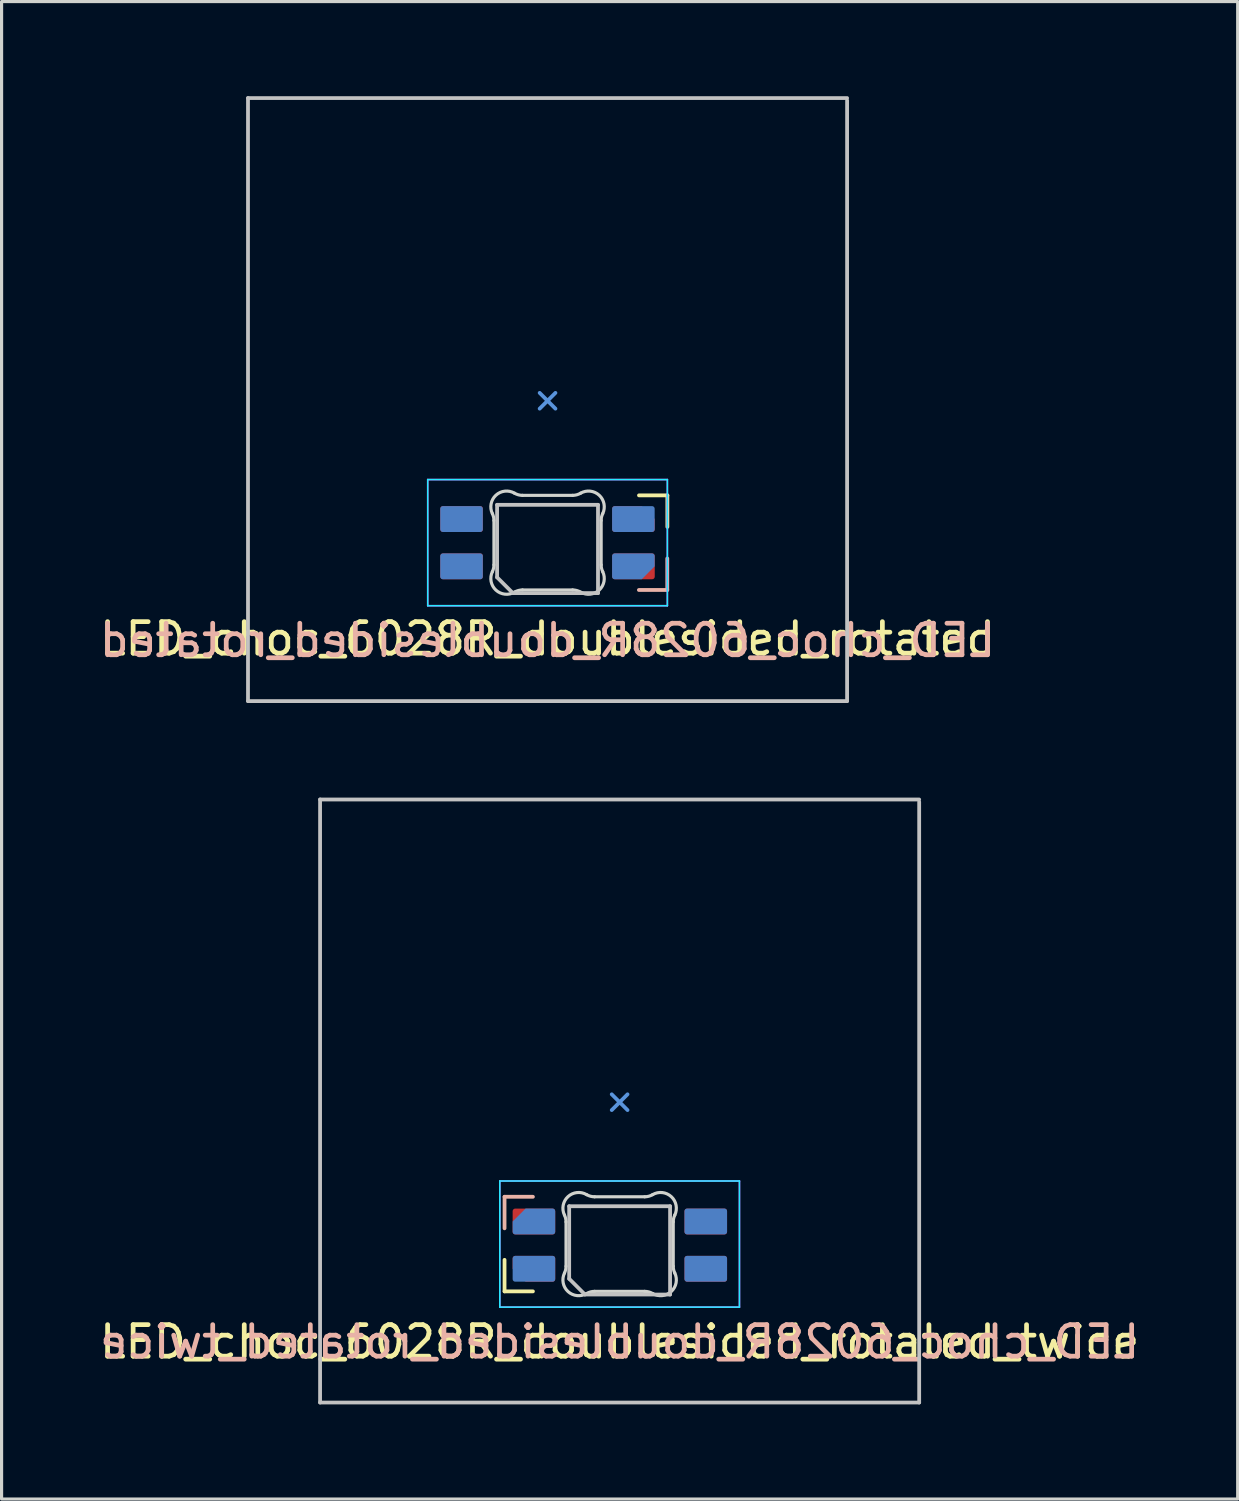
<source format=kicad_pcb>
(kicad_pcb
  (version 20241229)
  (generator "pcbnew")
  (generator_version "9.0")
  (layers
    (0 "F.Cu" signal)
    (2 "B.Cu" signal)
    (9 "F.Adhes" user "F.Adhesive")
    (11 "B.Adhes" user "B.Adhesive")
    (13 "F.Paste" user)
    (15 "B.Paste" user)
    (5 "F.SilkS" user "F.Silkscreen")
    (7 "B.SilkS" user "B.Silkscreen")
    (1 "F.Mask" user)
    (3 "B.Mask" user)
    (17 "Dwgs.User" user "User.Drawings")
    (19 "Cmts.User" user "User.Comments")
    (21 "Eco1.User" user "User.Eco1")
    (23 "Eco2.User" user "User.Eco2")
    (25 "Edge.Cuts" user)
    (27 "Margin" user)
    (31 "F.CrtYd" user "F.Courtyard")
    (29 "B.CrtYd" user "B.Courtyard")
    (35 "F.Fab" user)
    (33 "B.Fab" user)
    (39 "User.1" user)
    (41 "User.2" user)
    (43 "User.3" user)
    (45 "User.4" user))
  (footprint "LED_choc_6028R_doublesided_rotated_twice"
    (layer "F.Cu")
    (at 16.601 31.905)
    (property "Reference" "LED_choc_6028R_doublesided_rotated_twice" (at 0 7.6 0) (layer "F.SilkS") (effects (font (size 1 1) (thickness 0.15))))
    (attr smd)
    (fp_line (start -3.65 5) (end -3.65 6) (stroke (width 0.12) (type solid)) (layer "F.SilkS"))
    (fp_line (start -3.65 6) (end -2.75 6) (stroke (width 0.12) (type solid)) (layer "F.SilkS"))
    (fp_line (start -3.65 3) (end -2.75 3) (stroke (width 0.12) (type solid)) (layer "B.SilkS"))
    (fp_line (start -3.65 4) (end -3.65 3) (stroke (width 0.12) (type solid)) (layer "B.SilkS"))
    (fp_line (start -9.5 -9.6) (end -9.5 9.525) (stroke (width 0.12) (type solid)) (layer "Dwgs.User"))
    (fp_line (start -9.5 9.525) (end 9.5 9.525) (stroke (width 0.12) (type solid)) (layer "Dwgs.User"))
    (fp_line (start -1.6 3.3) (end 1.6 3.3) (stroke (width 0.12) (type solid)) (layer "Dwgs.User"))
    (fp_line (start -1.6 5.6) (end -1.6 3.3) (stroke (width 0.12) (type solid)) (layer "Dwgs.User"))
    (fp_line (start -1.6 5.6) (end -1.1 6.1) (stroke (width 0.12) (type solid)) (layer "Dwgs.User"))
    (fp_line (start 1.6 3.3) (end 1.6 6.1) (stroke (width 0.12) (type solid)) (layer "Dwgs.User"))
    (fp_line (start 1.6 6.1) (end -1.1 6.1) (stroke (width 0.12) (type solid)) (layer "Dwgs.User"))
    (fp_line (start 9.5 -9.6) (end -9.5 -9.6) (stroke (width 0.12) (type solid)) (layer "Dwgs.User"))
    (fp_line (start 9.5 9.525) (end 9.5 -9.525) (stroke (width 0.12) (type solid)) (layer "Dwgs.User"))
    (fp_line (start -0.25 0.25) (end 0 0) (stroke (width 0.12) (type solid)) (layer "Cmts.User"))
    (fp_line (start 0 0) (end -0.25 -0.25) (stroke (width 0.12) (type solid)) (layer "Cmts.User"))
    (fp_line (start 0 0) (end 0.25 -0.25) (stroke (width 0.12) (type solid)) (layer "Cmts.User"))
    (fp_line (start 0.25 0.25) (end 0 0) (stroke (width 0.12) (type solid)) (layer "Cmts.User"))
    (fp_line (start -1.7 3.797) (end -1.7 5.203) (stroke (width 0.1) (type solid)) (layer "Edge.Cuts"))
    (fp_line (start -0.794 6) (end 0.794 6) (stroke (width 0.1) (type solid)) (layer "Edge.Cuts"))
    (fp_line (start 0.794 3) (end -0.794 3) (stroke (width 0.1) (type solid)) (layer "Edge.Cuts"))
    (fp_line (start 1.7 5.203) (end 1.7 3.797) (stroke (width 0.1) (type solid)) (layer "Edge.Cuts"))
    (fp_arc (start -1.749484 3.580281) (mid -1.712519 3.685932) (end -1.699999 3.797158) (stroke (width 0.1) (type solid)) (layer "Edge.Cuts"))
    (fp_arc (start -1.749484 3.580281) (mid -1.63807 2.995967) (end -1.046711 2.931704) (stroke (width 0.1) (type solid)) (layer "Edge.Cuts"))
    (fp_arc (start -1.699999 5.202843) (mid -1.712528 5.314069) (end -1.749484 5.419721) (stroke (width 0.1) (type solid)) (layer "Edge.Cuts"))
    (fp_arc (start -1.046711 6.0683) (mid -1.638072 6.004036) (end -1.749484 5.419721) (stroke (width 0.1) (type solid)) (layer "Edge.Cuts"))
    (fp_arc (start -1.046711 6.0683) (mid -0.925123 6.017378) (end -0.794453 6.000001) (stroke (width 0.1) (type solid)) (layer "Edge.Cuts"))
    (fp_arc (start -0.794452 3.000001) (mid -0.925122 2.982624) (end -1.04671 2.931702) (stroke (width 0.1) (type solid)) (layer "Edge.Cuts"))
    (fp_arc (start 0.794453 6) (mid 0.925123 6.017377) (end 1.046711 6.068299) (stroke (width 0.1) (type solid)) (layer "Edge.Cuts"))
    (fp_arc (start 1.046711 2.931702) (mid 0.925123 2.982624) (end 0.794452 3.000001) (stroke (width 0.1) (type solid)) (layer "Edge.Cuts"))
    (fp_arc (start 1.046711 2.931702) (mid 1.638072 2.995966) (end 1.749484 3.580282) (stroke (width 0.1) (type solid)) (layer "Edge.Cuts"))
    (fp_arc (start 1.699999 3.797159) (mid 1.712529 3.685933) (end 1.749484 3.580281) (stroke (width 0.1) (type solid)) (layer "Edge.Cuts"))
    (fp_arc (start 1.749484 5.419721) (mid 1.638071 6.004035) (end 1.046711 6.068299) (stroke (width 0.1) (type solid)) (layer "Edge.Cuts"))
    (fp_arc (start 1.749484 5.419721) (mid 1.71251 5.314073) (end 1.699999 5.202844) (stroke (width 0.1) (type solid)) (layer "Edge.Cuts"))
    (fp_line (start -3.8 2.5) (end -3.8 6.5) (stroke (width 0.05) (type solid)) (layer "B.CrtYd"))
    (fp_line (start -3.8 6.5) (end 3.8 6.5) (stroke (width 0.05) (type solid)) (layer "B.CrtYd"))
    (fp_line (start 3.8 2.5) (end -3.8 2.5) (stroke (width 0.05) (type solid)) (layer "B.CrtYd"))
    (fp_line (start 3.8 6.5) (end 3.8 2.5) (stroke (width 0.05) (type solid)) (layer "B.CrtYd"))
    (fp_line (start -3.8 2.5) (end 3.8 2.5) (stroke (width 0.05) (type solid)) (layer "F.CrtYd"))
    (fp_line (start -3.8 6.5) (end -3.8 2.5) (stroke (width 0.05) (type solid)) (layer "F.CrtYd"))
    (fp_line (start 3.8 2.5) (end 3.8 6.5) (stroke (width 0.05) (type solid)) (layer "F.CrtYd"))
    (fp_line (start 3.8 6.5) (end -3.8 6.5) (stroke (width 0.05) (type solid)) (layer "F.CrtYd"))
    (fp_text user "${REFERENCE}" (at 0 7.6 0) (layer "B.SilkS") (effects (font (size 1 1) (thickness 0.15)) (justify mirror)))
    (pad "1" smd roundrect (at 2.732 5.283 90) (size 0.82 1.35) (layers "B.Cu" "B.Mask" "B.Paste") (roundrect_rratio 0.1))
    (pad "1" smd roundrect (at 2.732 3.784 90) (size 0.82 1.35) (layers "F.Cu" "F.Mask" "F.Paste") (roundrect_rratio 0.1))
    (pad "2" smd roundrect (at 2.732 3.783 90) (size 0.82 1.35) (layers "B.Cu" "B.Mask" "B.Paste") (roundrect_rratio 0.1))
    (pad "2" smd roundrect (at 2.732 5.284 90) (size 0.82 1.35) (layers "F.Cu" "F.Mask" "F.Paste") (roundrect_rratio 0.1))
    (pad "3" smd roundrect (at -2.718 5.283 90) (size 0.82 1.35) (layers "B.Cu" "B.Mask" "B.Paste") (roundrect_rratio 0.1))
    (pad "3" smd roundrect (at -2.718 3.784 90) (size 0.82 1.35) (layers "F.Cu" "F.Mask" "F.Paste") (roundrect_rratio 0.1))
    (pad "4" smd roundrect (at -2.718 3.783 90) (size 0.82 1.35) (layers "B.Cu" "B.Mask" "B.Paste") (roundrect_rratio 0.1) (chamfer_ratio 0.5) (chamfer top_right))
    (pad "4" smd roundrect (at -2.718 5.284 90) (size 0.82 1.35) (layers "F.Cu" "F.Mask" "F.Paste") (roundrect_rratio 0.1) (chamfer_ratio 0.5) (chamfer top_left)))
  (footprint "LED_choc_6028R_doublesided_rotated"
    (layer "F.Cu")
    (at 14.315 9.66)
    (property "Reference" "LED_choc_6028R_doublesided_rotated" (at 0 7.55 0) (layer "F.SilkS") (effects (font (size 1 1) (thickness 0.15))))
    (attr smd)
    (fp_line (start 3.8 3) (end 2.9 3) (stroke (width 0.12) (type solid)) (layer "F.SilkS"))
    (fp_line (start 3.8 4) (end 3.8 3) (stroke (width 0.12) (type solid)) (layer "F.SilkS"))
    (fp_line (start 3.797 5.001) (end 3.797 6.001) (stroke (width 0.12) (type solid)) (layer "B.SilkS"))
    (fp_line (start 3.797 6.001) (end 2.897 6.001) (stroke (width 0.12) (type solid)) (layer "B.SilkS"))
    (fp_line (start -9.5 -9.6) (end -9.5 9.525) (stroke (width 0.12) (type solid)) (layer "Dwgs.User"))
    (fp_line (start -9.5 9.525) (end 9.5 9.525) (stroke (width 0.12) (type solid)) (layer "Dwgs.User"))
    (fp_line (start -1.6 3.3) (end 1.6 3.3) (stroke (width 0.12) (type solid)) (layer "Dwgs.User"))
    (fp_line (start -1.6 5.6) (end -1.6 3.3) (stroke (width 0.12) (type solid)) (layer "Dwgs.User"))
    (fp_line (start -1.6 5.6) (end -1.1 6.1) (stroke (width 0.12) (type solid)) (layer "Dwgs.User"))
    (fp_line (start 1.6 3.3) (end 1.6 6.1) (stroke (width 0.12) (type solid)) (layer "Dwgs.User"))
    (fp_line (start 1.6 6.1) (end -1.1 6.1) (stroke (width 0.12) (type solid)) (layer "Dwgs.User"))
    (fp_line (start 9.5 -9.6) (end -9.5 -9.6) (stroke (width 0.12) (type solid)) (layer "Dwgs.User"))
    (fp_line (start 9.5 9.525) (end 9.5 -9.525) (stroke (width 0.12) (type solid)) (layer "Dwgs.User"))
    (fp_line (start -0.25 0.25) (end 0 0) (stroke (width 0.12) (type solid)) (layer "Cmts.User"))
    (fp_line (start 0 0) (end -0.25 -0.25) (stroke (width 0.12) (type solid)) (layer "Cmts.User"))
    (fp_line (start 0 0) (end 0.25 -0.25) (stroke (width 0.12) (type solid)) (layer "Cmts.User"))
    (fp_line (start 0.25 0.25) (end 0 0) (stroke (width 0.12) (type solid)) (layer "Cmts.User"))
    (fp_line (start -1.7 3.797) (end -1.7 5.203) (stroke (width 0.1) (type solid)) (layer "Edge.Cuts"))
    (fp_line (start -0.794 6) (end 0.794 6) (stroke (width 0.1) (type solid)) (layer "Edge.Cuts"))
    (fp_line (start 0.794 3) (end -0.794 3) (stroke (width 0.1) (type solid)) (layer "Edge.Cuts"))
    (fp_line (start 1.7 5.203) (end 1.7 3.797) (stroke (width 0.1) (type solid)) (layer "Edge.Cuts"))
    (fp_arc (start -1.749484 3.580281) (mid -1.712519 3.685932) (end -1.699999 3.797158) (stroke (width 0.1) (type solid)) (layer "Edge.Cuts"))
    (fp_arc (start -1.749484 3.580281) (mid -1.63807 2.995967) (end -1.046711 2.931704) (stroke (width 0.1) (type solid)) (layer "Edge.Cuts"))
    (fp_arc (start -1.699999 5.202843) (mid -1.712528 5.314069) (end -1.749484 5.419721) (stroke (width 0.1) (type solid)) (layer "Edge.Cuts"))
    (fp_arc (start -1.046711 6.0683) (mid -1.638072 6.004036) (end -1.749484 5.419721) (stroke (width 0.1) (type solid)) (layer "Edge.Cuts"))
    (fp_arc (start -1.046711 6.0683) (mid -0.925123 6.017378) (end -0.794453 6.000001) (stroke (width 0.1) (type solid)) (layer "Edge.Cuts"))
    (fp_arc (start -0.794452 3.000001) (mid -0.925122 2.982624) (end -1.04671 2.931702) (stroke (width 0.1) (type solid)) (layer "Edge.Cuts"))
    (fp_arc (start 0.794453 6) (mid 0.925123 6.017377) (end 1.046711 6.068299) (stroke (width 0.1) (type solid)) (layer "Edge.Cuts"))
    (fp_arc (start 1.046711 2.931702) (mid 0.925123 2.982624) (end 0.794452 3.000001) (stroke (width 0.1) (type solid)) (layer "Edge.Cuts"))
    (fp_arc (start 1.046711 2.931702) (mid 1.638072 2.995966) (end 1.749484 3.580282) (stroke (width 0.1) (type solid)) (layer "Edge.Cuts"))
    (fp_arc (start 1.699999 3.797159) (mid 1.712529 3.685933) (end 1.749484 3.580281) (stroke (width 0.1) (type solid)) (layer "Edge.Cuts"))
    (fp_arc (start 1.749484 5.419721) (mid 1.638071 6.004035) (end 1.046711 6.068299) (stroke (width 0.1) (type solid)) (layer "Edge.Cuts"))
    (fp_arc (start 1.749484 5.419721) (mid 1.71251 5.314073) (end 1.699999 5.202844) (stroke (width 0.1) (type solid)) (layer "Edge.Cuts"))
    (fp_line (start -3.8 2.5) (end -3.8 6.5) (stroke (width 0.05) (type solid)) (layer "B.CrtYd"))
    (fp_line (start -3.8 6.5) (end 3.8 6.5) (stroke (width 0.05) (type solid)) (layer "B.CrtYd"))
    (fp_line (start 3.8 2.5) (end -3.8 2.5) (stroke (width 0.05) (type solid)) (layer "B.CrtYd"))
    (fp_line (start 3.8 6.5) (end 3.8 2.5) (stroke (width 0.05) (type solid)) (layer "B.CrtYd"))
    (fp_line (start -3.8 2.5) (end 3.8 2.5) (stroke (width 0.05) (type solid)) (layer "F.CrtYd"))
    (fp_line (start -3.8 6.5) (end -3.8 2.5) (stroke (width 0.05) (type solid)) (layer "F.CrtYd"))
    (fp_line (start 3.8 2.5) (end 3.8 6.5) (stroke (width 0.05) (type solid)) (layer "F.CrtYd"))
    (fp_line (start 3.8 6.5) (end -3.8 6.5) (stroke (width 0.05) (type solid)) (layer "F.CrtYd"))
    (fp_text user "${REFERENCE}" (at 0 7.6 0) (layer "B.SilkS") (effects (font (size 1 1) (thickness 0.15)) (justify mirror)))
    (pad "1" smd roundrect (at -2.728 3.751 270) (size 0.82 1.35) (layers "B.Cu" "B.Mask" "B.Paste") (roundrect_rratio 0.1))
    (pad "1" smd roundrect (at -2.725 5.25 270) (size 0.82 1.35) (layers "F.Cu" "F.Mask" "F.Paste") (roundrect_rratio 0.1))
    (pad "2" smd roundrect (at -2.728 5.251 270) (size 0.82 1.35) (layers "B.Cu" "B.Mask" "B.Paste") (roundrect_rratio 0.1))
    (pad "2" smd roundrect (at -2.725 3.75 270) (size 0.82 1.35) (layers "F.Cu" "F.Mask" "F.Paste") (roundrect_rratio 0.1))
    (pad "3" smd roundrect (at 2.722 3.751 270) (size 0.82 1.35) (layers "B.Cu" "B.Mask" "B.Paste") (roundrect_rratio 0.1))
    (pad "3" smd roundrect (at 2.725 5.25 270) (size 0.82 1.35) (layers "F.Cu" "F.Mask" "F.Paste") (roundrect_rratio 0.1))
    (pad "4" smd roundrect (at 2.722 5.251 270) (size 0.82 1.35) (layers "B.Cu" "B.Mask" "B.Paste") (roundrect_rratio 0.1) (chamfer_ratio 0.5) (chamfer top_right))
    (pad "4" smd roundrect (at 2.725 3.75 270) (size 0.82 1.35) (layers "F.Cu" "F.Mask" "F.Paste") (roundrect_rratio 0.1) (chamfer_ratio 0.5) (chamfer top_left)))
  (gr_rect
    (start -3 -3)
    (end 36.202 44.49)
    (stroke (width 0.1) (type default))
    (fill no)
    (layer "Edge.Cuts")))
</source>
